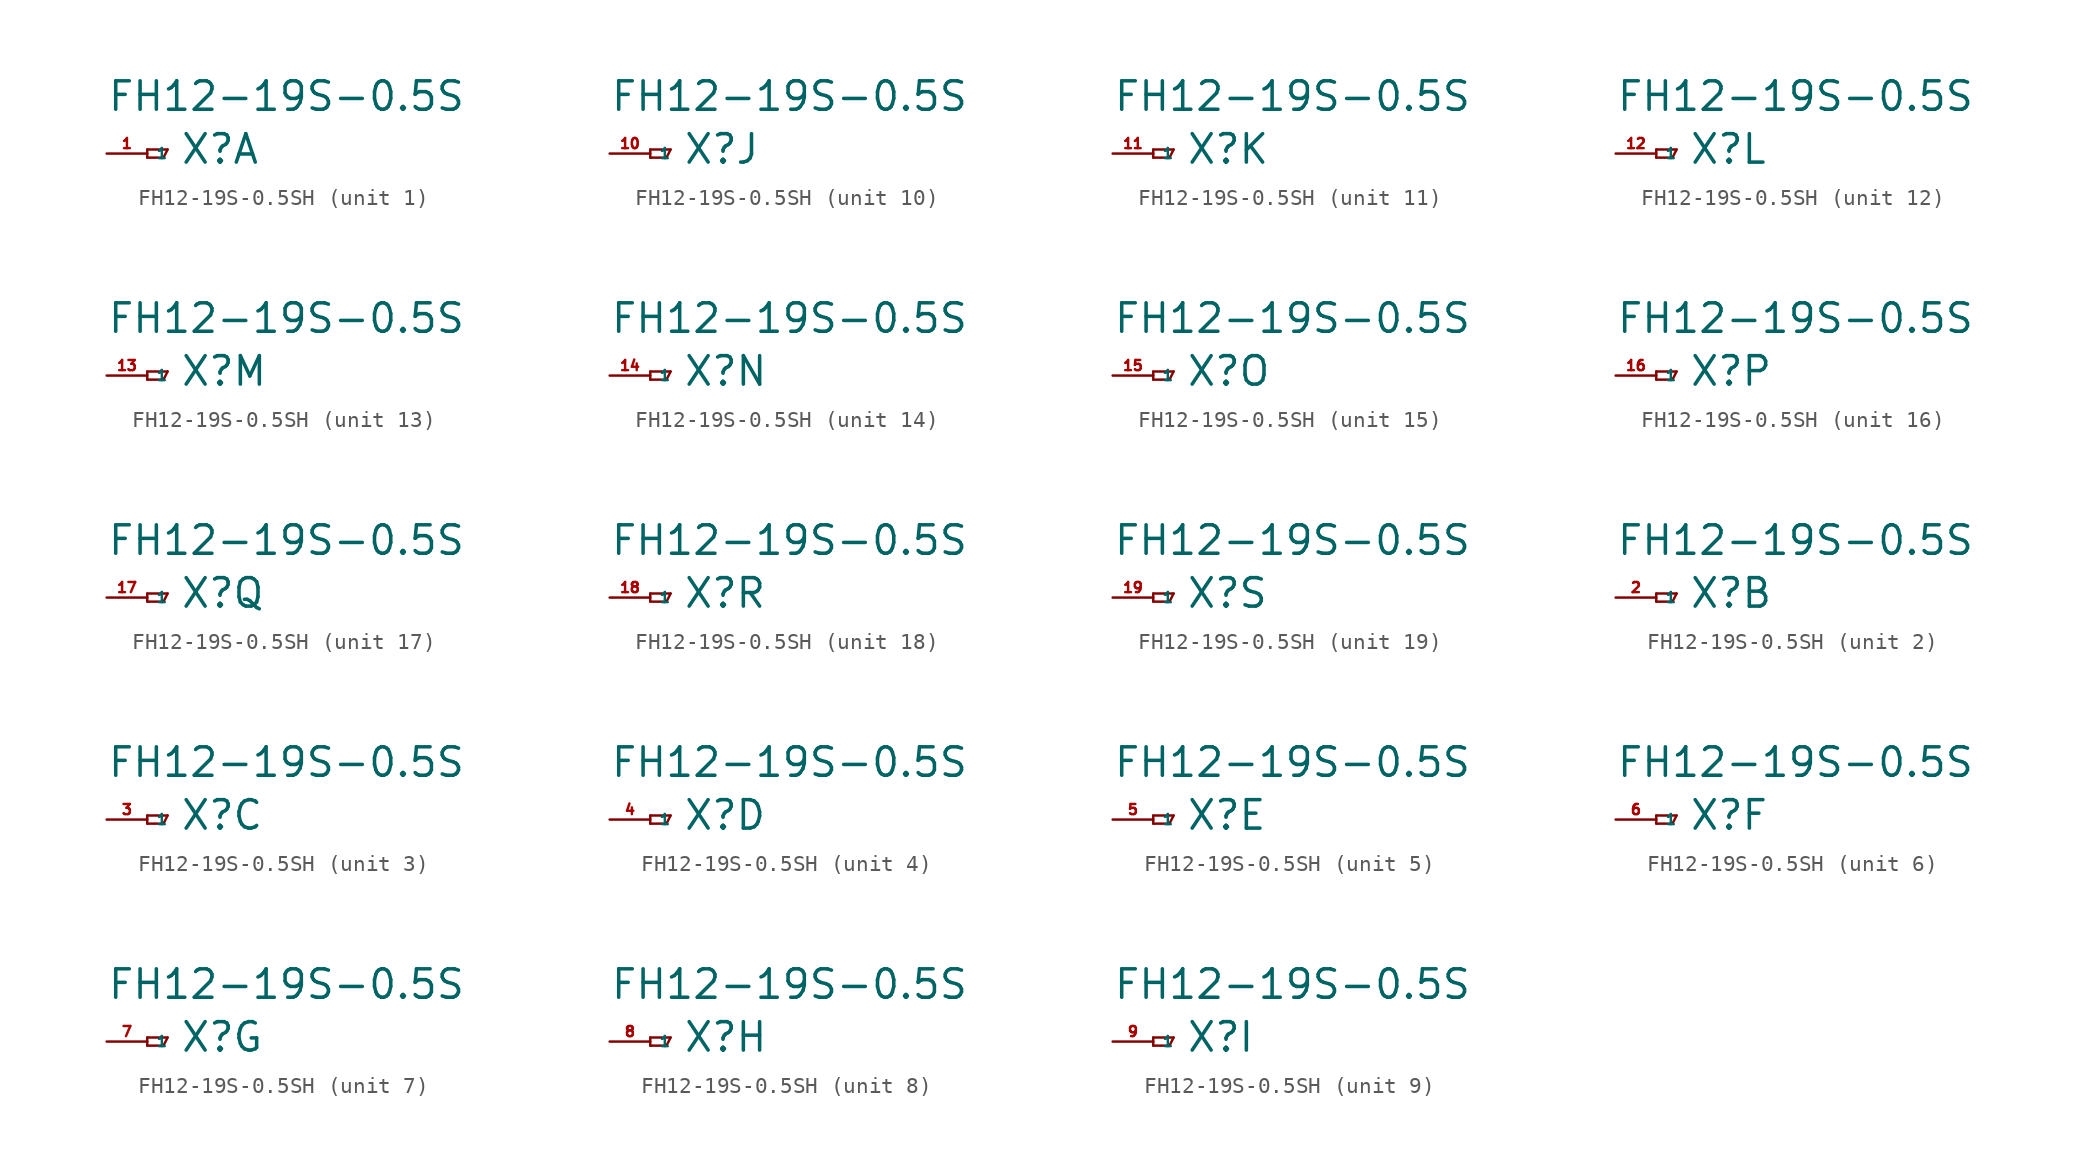
<source format=kicad_sym>
(kicad_symbol_lib
  (version 20220914)
  (generator Eagle2Kicad)
  (symbol "FH12-19S-0.5SH"
    (property "Reference" "X"
      (at 2.032 -0.762 0)
      (effects (font (size 1.778 1.778) (thickness 0.22)) (justify left bottom)))
    (property "Value" "FH12-19S-0.5S"
      (at -2.54 2.54 0)
      (effects (font (size 1.778 1.778) (thickness 0.22)) (justify left bottom)))
    (symbol "FH12-19S-0.5SH_1_0"
      (polyline (pts (xy 0 0.254) (xy 0 -0.254)) (stroke (width 0.152) (type default)) (fill (type none)))
      (polyline (pts (xy 0 -0.254) (xy 1.016 -0.254)) (stroke (width 0.152) (type default)) (fill (type none)))
      (polyline (pts (xy 1.016 -0.254) (xy 1.27 0.254)) (stroke (width 0.152) (type default)) (fill (type none)))
      (polyline (pts (xy 1.27 0.254) (xy 0 0.254)) (stroke (width 0.152) (type default)) (fill (type none)))
      (pin passive line (at -2.54 0 0) (length 2.54) (name "1" (effects (font (size 0.635 0.635) (thickness 0.08)) (justify left bottom))) (number "1" (effects (font (size 0.635 0.635) (thickness 0.08)) (justify left bottom)))))
    (symbol "FH12-19S-0.5SH_2_0"
      (polyline (pts (xy 0 0.254) (xy 0 -0.254)) (stroke (width 0.152) (type default)) (fill (type none)))
      (polyline (pts (xy 0 -0.254) (xy 1.016 -0.254)) (stroke (width 0.152) (type default)) (fill (type none)))
      (polyline (pts (xy 1.016 -0.254) (xy 1.27 0.254)) (stroke (width 0.152) (type default)) (fill (type none)))
      (polyline (pts (xy 1.27 0.254) (xy 0 0.254)) (stroke (width 0.152) (type default)) (fill (type none)))
      (pin passive line (at -2.54 0 0) (length 2.54) (name "1" (effects (font (size 0.635 0.635) (thickness 0.08)) (justify left bottom))) (number "2" (effects (font (size 0.635 0.635) (thickness 0.08)) (justify left bottom)))))
    (symbol "FH12-19S-0.5SH_3_0"
      (polyline (pts (xy 0 0.254) (xy 0 -0.254)) (stroke (width 0.152) (type default)) (fill (type none)))
      (polyline (pts (xy 0 -0.254) (xy 1.016 -0.254)) (stroke (width 0.152) (type default)) (fill (type none)))
      (polyline (pts (xy 1.016 -0.254) (xy 1.27 0.254)) (stroke (width 0.152) (type default)) (fill (type none)))
      (polyline (pts (xy 1.27 0.254) (xy 0 0.254)) (stroke (width 0.152) (type default)) (fill (type none)))
      (pin passive line (at -2.54 0 0) (length 2.54) (name "1" (effects (font (size 0.635 0.635) (thickness 0.08)) (justify left bottom))) (number "3" (effects (font (size 0.635 0.635) (thickness 0.08)) (justify left bottom)))))
    (symbol "FH12-19S-0.5SH_4_0"
      (polyline (pts (xy 0 0.254) (xy 0 -0.254)) (stroke (width 0.152) (type default)) (fill (type none)))
      (polyline (pts (xy 0 -0.254) (xy 1.016 -0.254)) (stroke (width 0.152) (type default)) (fill (type none)))
      (polyline (pts (xy 1.016 -0.254) (xy 1.27 0.254)) (stroke (width 0.152) (type default)) (fill (type none)))
      (polyline (pts (xy 1.27 0.254) (xy 0 0.254)) (stroke (width 0.152) (type default)) (fill (type none)))
      (pin passive line (at -2.54 0 0) (length 2.54) (name "1" (effects (font (size 0.635 0.635) (thickness 0.08)) (justify left bottom))) (number "4" (effects (font (size 0.635 0.635) (thickness 0.08)) (justify left bottom)))))
    (symbol "FH12-19S-0.5SH_5_0"
      (polyline (pts (xy 0 0.254) (xy 0 -0.254)) (stroke (width 0.152) (type default)) (fill (type none)))
      (polyline (pts (xy 0 -0.254) (xy 1.016 -0.254)) (stroke (width 0.152) (type default)) (fill (type none)))
      (polyline (pts (xy 1.016 -0.254) (xy 1.27 0.254)) (stroke (width 0.152) (type default)) (fill (type none)))
      (polyline (pts (xy 1.27 0.254) (xy 0 0.254)) (stroke (width 0.152) (type default)) (fill (type none)))
      (pin passive line (at -2.54 0 0) (length 2.54) (name "1" (effects (font (size 0.635 0.635) (thickness 0.08)) (justify left bottom))) (number "5" (effects (font (size 0.635 0.635) (thickness 0.08)) (justify left bottom)))))
    (symbol "FH12-19S-0.5SH_6_0"
      (polyline (pts (xy 0 0.254) (xy 0 -0.254)) (stroke (width 0.152) (type default)) (fill (type none)))
      (polyline (pts (xy 0 -0.254) (xy 1.016 -0.254)) (stroke (width 0.152) (type default)) (fill (type none)))
      (polyline (pts (xy 1.016 -0.254) (xy 1.27 0.254)) (stroke (width 0.152) (type default)) (fill (type none)))
      (polyline (pts (xy 1.27 0.254) (xy 0 0.254)) (stroke (width 0.152) (type default)) (fill (type none)))
      (pin passive line (at -2.54 0 0) (length 2.54) (name "1" (effects (font (size 0.635 0.635) (thickness 0.08)) (justify left bottom))) (number "6" (effects (font (size 0.635 0.635) (thickness 0.08)) (justify left bottom)))))
    (symbol "FH12-19S-0.5SH_7_0"
      (polyline (pts (xy 0 0.254) (xy 0 -0.254)) (stroke (width 0.152) (type default)) (fill (type none)))
      (polyline (pts (xy 0 -0.254) (xy 1.016 -0.254)) (stroke (width 0.152) (type default)) (fill (type none)))
      (polyline (pts (xy 1.016 -0.254) (xy 1.27 0.254)) (stroke (width 0.152) (type default)) (fill (type none)))
      (polyline (pts (xy 1.27 0.254) (xy 0 0.254)) (stroke (width 0.152) (type default)) (fill (type none)))
      (pin passive line (at -2.54 0 0) (length 2.54) (name "1" (effects (font (size 0.635 0.635) (thickness 0.08)) (justify left bottom))) (number "7" (effects (font (size 0.635 0.635) (thickness 0.08)) (justify left bottom)))))
    (symbol "FH12-19S-0.5SH_8_0"
      (polyline (pts (xy 0 0.254) (xy 0 -0.254)) (stroke (width 0.152) (type default)) (fill (type none)))
      (polyline (pts (xy 0 -0.254) (xy 1.016 -0.254)) (stroke (width 0.152) (type default)) (fill (type none)))
      (polyline (pts (xy 1.016 -0.254) (xy 1.27 0.254)) (stroke (width 0.152) (type default)) (fill (type none)))
      (polyline (pts (xy 1.27 0.254) (xy 0 0.254)) (stroke (width 0.152) (type default)) (fill (type none)))
      (pin passive line (at -2.54 0 0) (length 2.54) (name "1" (effects (font (size 0.635 0.635) (thickness 0.08)) (justify left bottom))) (number "8" (effects (font (size 0.635 0.635) (thickness 0.08)) (justify left bottom)))))
    (symbol "FH12-19S-0.5SH_9_0"
      (polyline (pts (xy 0 0.254) (xy 0 -0.254)) (stroke (width 0.152) (type default)) (fill (type none)))
      (polyline (pts (xy 0 -0.254) (xy 1.016 -0.254)) (stroke (width 0.152) (type default)) (fill (type none)))
      (polyline (pts (xy 1.016 -0.254) (xy 1.27 0.254)) (stroke (width 0.152) (type default)) (fill (type none)))
      (polyline (pts (xy 1.27 0.254) (xy 0 0.254)) (stroke (width 0.152) (type default)) (fill (type none)))
      (pin passive line (at -2.54 0 0) (length 2.54) (name "1" (effects (font (size 0.635 0.635) (thickness 0.08)) (justify left bottom))) (number "9" (effects (font (size 0.635 0.635) (thickness 0.08)) (justify left bottom)))))
    (symbol "FH12-19S-0.5SH_10_0"
      (polyline (pts (xy 0 0.254) (xy 0 -0.254)) (stroke (width 0.152) (type default)) (fill (type none)))
      (polyline (pts (xy 0 -0.254) (xy 1.016 -0.254)) (stroke (width 0.152) (type default)) (fill (type none)))
      (polyline (pts (xy 1.016 -0.254) (xy 1.27 0.254)) (stroke (width 0.152) (type default)) (fill (type none)))
      (polyline (pts (xy 1.27 0.254) (xy 0 0.254)) (stroke (width 0.152) (type default)) (fill (type none)))
      (pin passive line (at -2.54 0 0) (length 2.54) (name "1" (effects (font (size 0.635 0.635) (thickness 0.08)) (justify left bottom))) (number "10" (effects (font (size 0.635 0.635) (thickness 0.08)) (justify left bottom)))))
    (symbol "FH12-19S-0.5SH_11_0"
      (polyline (pts (xy 0 0.254) (xy 0 -0.254)) (stroke (width 0.152) (type default)) (fill (type none)))
      (polyline (pts (xy 0 -0.254) (xy 1.016 -0.254)) (stroke (width 0.152) (type default)) (fill (type none)))
      (polyline (pts (xy 1.016 -0.254) (xy 1.27 0.254)) (stroke (width 0.152) (type default)) (fill (type none)))
      (polyline (pts (xy 1.27 0.254) (xy 0 0.254)) (stroke (width 0.152) (type default)) (fill (type none)))
      (pin passive line (at -2.54 0 0) (length 2.54) (name "1" (effects (font (size 0.635 0.635) (thickness 0.08)) (justify left bottom))) (number "11" (effects (font (size 0.635 0.635) (thickness 0.08)) (justify left bottom)))))
    (symbol "FH12-19S-0.5SH_12_0"
      (polyline (pts (xy 0 0.254) (xy 0 -0.254)) (stroke (width 0.152) (type default)) (fill (type none)))
      (polyline (pts (xy 0 -0.254) (xy 1.016 -0.254)) (stroke (width 0.152) (type default)) (fill (type none)))
      (polyline (pts (xy 1.016 -0.254) (xy 1.27 0.254)) (stroke (width 0.152) (type default)) (fill (type none)))
      (polyline (pts (xy 1.27 0.254) (xy 0 0.254)) (stroke (width 0.152) (type default)) (fill (type none)))
      (pin passive line (at -2.54 0 0) (length 2.54) (name "1" (effects (font (size 0.635 0.635) (thickness 0.08)) (justify left bottom))) (number "12" (effects (font (size 0.635 0.635) (thickness 0.08)) (justify left bottom)))))
    (symbol "FH12-19S-0.5SH_13_0"
      (polyline (pts (xy 0 0.254) (xy 0 -0.254)) (stroke (width 0.152) (type default)) (fill (type none)))
      (polyline (pts (xy 0 -0.254) (xy 1.016 -0.254)) (stroke (width 0.152) (type default)) (fill (type none)))
      (polyline (pts (xy 1.016 -0.254) (xy 1.27 0.254)) (stroke (width 0.152) (type default)) (fill (type none)))
      (polyline (pts (xy 1.27 0.254) (xy 0 0.254)) (stroke (width 0.152) (type default)) (fill (type none)))
      (pin passive line (at -2.54 0 0) (length 2.54) (name "1" (effects (font (size 0.635 0.635) (thickness 0.08)) (justify left bottom))) (number "13" (effects (font (size 0.635 0.635) (thickness 0.08)) (justify left bottom)))))
    (symbol "FH12-19S-0.5SH_14_0"
      (polyline (pts (xy 0 0.254) (xy 0 -0.254)) (stroke (width 0.152) (type default)) (fill (type none)))
      (polyline (pts (xy 0 -0.254) (xy 1.016 -0.254)) (stroke (width 0.152) (type default)) (fill (type none)))
      (polyline (pts (xy 1.016 -0.254) (xy 1.27 0.254)) (stroke (width 0.152) (type default)) (fill (type none)))
      (polyline (pts (xy 1.27 0.254) (xy 0 0.254)) (stroke (width 0.152) (type default)) (fill (type none)))
      (pin passive line (at -2.54 0 0) (length 2.54) (name "1" (effects (font (size 0.635 0.635) (thickness 0.08)) (justify left bottom))) (number "14" (effects (font (size 0.635 0.635) (thickness 0.08)) (justify left bottom)))))
    (symbol "FH12-19S-0.5SH_15_0"
      (polyline (pts (xy 0 0.254) (xy 0 -0.254)) (stroke (width 0.152) (type default)) (fill (type none)))
      (polyline (pts (xy 0 -0.254) (xy 1.016 -0.254)) (stroke (width 0.152) (type default)) (fill (type none)))
      (polyline (pts (xy 1.016 -0.254) (xy 1.27 0.254)) (stroke (width 0.152) (type default)) (fill (type none)))
      (polyline (pts (xy 1.27 0.254) (xy 0 0.254)) (stroke (width 0.152) (type default)) (fill (type none)))
      (pin passive line (at -2.54 0 0) (length 2.54) (name "1" (effects (font (size 0.635 0.635) (thickness 0.08)) (justify left bottom))) (number "15" (effects (font (size 0.635 0.635) (thickness 0.08)) (justify left bottom)))))
    (symbol "FH12-19S-0.5SH_16_0"
      (polyline (pts (xy 0 0.254) (xy 0 -0.254)) (stroke (width 0.152) (type default)) (fill (type none)))
      (polyline (pts (xy 0 -0.254) (xy 1.016 -0.254)) (stroke (width 0.152) (type default)) (fill (type none)))
      (polyline (pts (xy 1.016 -0.254) (xy 1.27 0.254)) (stroke (width 0.152) (type default)) (fill (type none)))
      (polyline (pts (xy 1.27 0.254) (xy 0 0.254)) (stroke (width 0.152) (type default)) (fill (type none)))
      (pin passive line (at -2.54 0 0) (length 2.54) (name "1" (effects (font (size 0.635 0.635) (thickness 0.08)) (justify left bottom))) (number "16" (effects (font (size 0.635 0.635) (thickness 0.08)) (justify left bottom)))))
    (symbol "FH12-19S-0.5SH_17_0"
      (polyline (pts (xy 0 0.254) (xy 0 -0.254)) (stroke (width 0.152) (type default)) (fill (type none)))
      (polyline (pts (xy 0 -0.254) (xy 1.016 -0.254)) (stroke (width 0.152) (type default)) (fill (type none)))
      (polyline (pts (xy 1.016 -0.254) (xy 1.27 0.254)) (stroke (width 0.152) (type default)) (fill (type none)))
      (polyline (pts (xy 1.27 0.254) (xy 0 0.254)) (stroke (width 0.152) (type default)) (fill (type none)))
      (pin passive line (at -2.54 0 0) (length 2.54) (name "1" (effects (font (size 0.635 0.635) (thickness 0.08)) (justify left bottom))) (number "17" (effects (font (size 0.635 0.635) (thickness 0.08)) (justify left bottom)))))
    (symbol "FH12-19S-0.5SH_18_0"
      (polyline (pts (xy 0 0.254) (xy 0 -0.254)) (stroke (width 0.152) (type default)) (fill (type none)))
      (polyline (pts (xy 0 -0.254) (xy 1.016 -0.254)) (stroke (width 0.152) (type default)) (fill (type none)))
      (polyline (pts (xy 1.016 -0.254) (xy 1.27 0.254)) (stroke (width 0.152) (type default)) (fill (type none)))
      (polyline (pts (xy 1.27 0.254) (xy 0 0.254)) (stroke (width 0.152) (type default)) (fill (type none)))
      (pin passive line (at -2.54 0 0) (length 2.54) (name "1" (effects (font (size 0.635 0.635) (thickness 0.08)) (justify left bottom))) (number "18" (effects (font (size 0.635 0.635) (thickness 0.08)) (justify left bottom)))))
    (symbol "FH12-19S-0.5SH_19_0"
      (polyline (pts (xy 0 0.254) (xy 0 -0.254)) (stroke (width 0.152) (type default)) (fill (type none)))
      (polyline (pts (xy 0 -0.254) (xy 1.016 -0.254)) (stroke (width 0.152) (type default)) (fill (type none)))
      (polyline (pts (xy 1.016 -0.254) (xy 1.27 0.254)) (stroke (width 0.152) (type default)) (fill (type none)))
      (polyline (pts (xy 1.27 0.254) (xy 0 0.254)) (stroke (width 0.152) (type default)) (fill (type none)))
      (pin passive line (at -2.54 0 0) (length 2.54) (name "1" (effects (font (size 0.635 0.635) (thickness 0.08)) (justify left bottom))) (number "19" (effects (font (size 0.635 0.635) (thickness 0.08)) (justify left bottom)))))))
</source>
